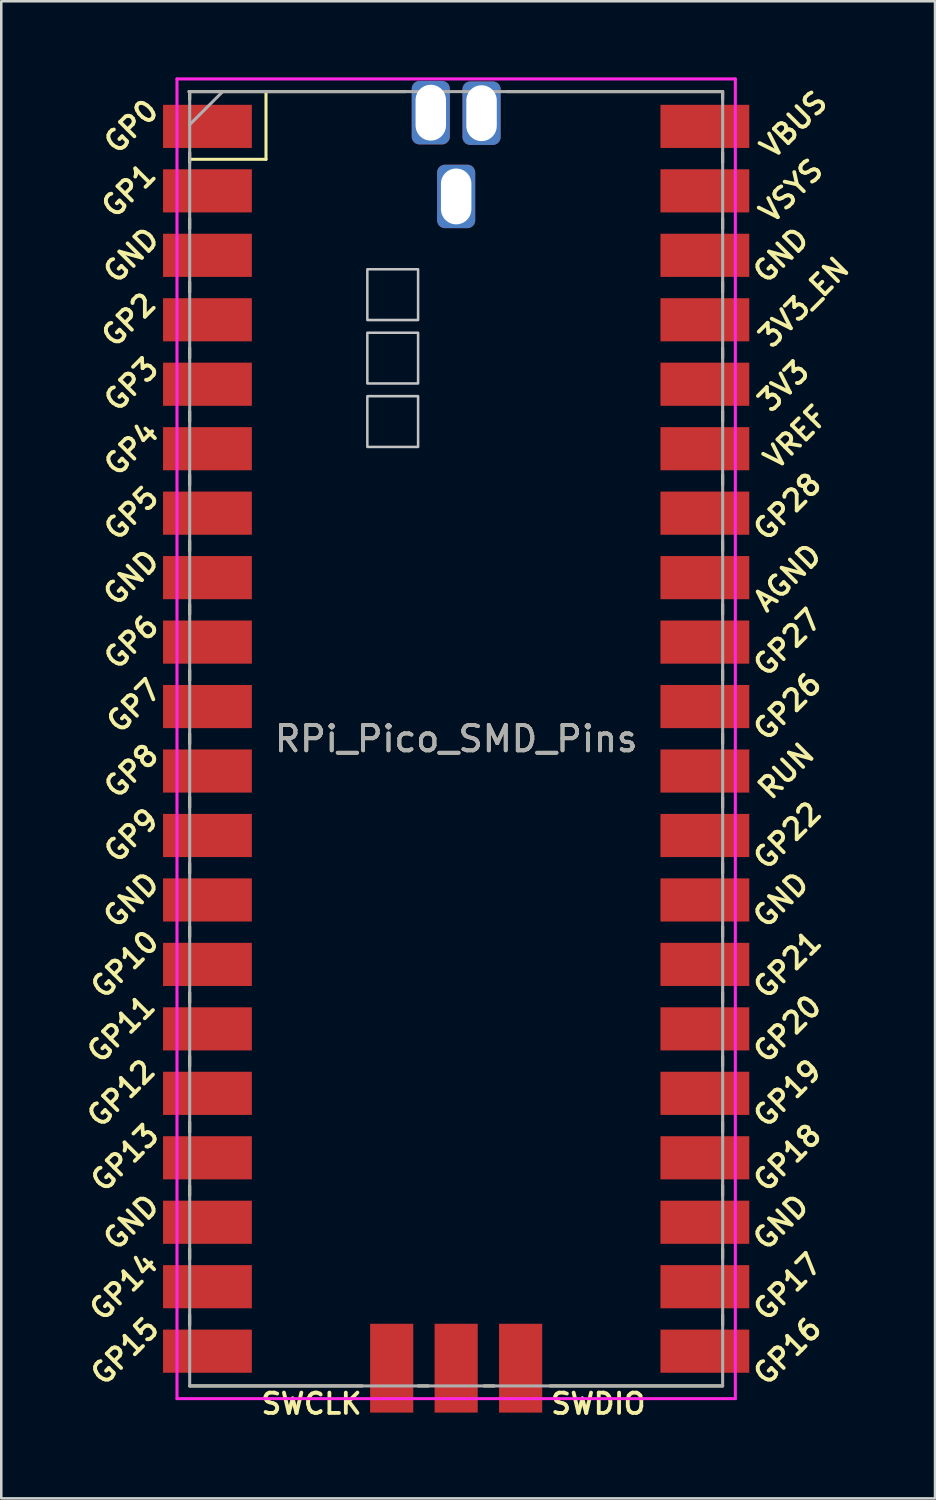
<source format=kicad_pcb>
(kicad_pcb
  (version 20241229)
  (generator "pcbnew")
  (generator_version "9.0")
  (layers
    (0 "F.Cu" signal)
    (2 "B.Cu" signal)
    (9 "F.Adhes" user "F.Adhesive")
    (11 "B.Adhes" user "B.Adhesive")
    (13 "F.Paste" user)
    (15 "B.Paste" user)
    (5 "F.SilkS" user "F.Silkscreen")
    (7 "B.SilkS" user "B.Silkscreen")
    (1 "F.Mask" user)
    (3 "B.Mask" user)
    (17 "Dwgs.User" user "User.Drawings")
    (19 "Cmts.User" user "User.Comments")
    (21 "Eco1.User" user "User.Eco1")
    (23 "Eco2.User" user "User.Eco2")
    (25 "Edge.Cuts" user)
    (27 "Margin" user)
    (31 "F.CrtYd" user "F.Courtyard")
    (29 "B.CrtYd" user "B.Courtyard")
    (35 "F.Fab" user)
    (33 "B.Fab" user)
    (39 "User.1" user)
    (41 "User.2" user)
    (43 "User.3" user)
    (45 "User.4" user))
  (footprint "RPi_Pico_SMD_Pins"
    (layer "F.Cu")
    (at 14.924 26.06)
    (property "Reference" "RPi_Pico_SMD_Pins" (at 0 0 0) (layer "F.SilkS") (effects (font (size 1 1) (thickness 0.15))))
    (attr through_hole)
    (fp_line (start -10.5 -25.5) (end -10.5 -25.2) (stroke (width 0.12) (type solid)) (layer "F.SilkS"))
    (fp_line (start -10.5 -23.1) (end -10.5 -22.7) (stroke (width 0.12) (type solid)) (layer "F.SilkS"))
    (fp_line (start -10.5 -22.833) (end -7.493 -22.833) (stroke (width 0.12) (type solid)) (layer "F.SilkS"))
    (fp_line (start -10.5 -20.5) (end -10.5 -20.1) (stroke (width 0.12) (type solid)) (layer "F.SilkS"))
    (fp_line (start -10.5 -18) (end -10.5 -17.6) (stroke (width 0.12) (type solid)) (layer "F.SilkS"))
    (fp_line (start -10.5 -15.4) (end -10.5 -15) (stroke (width 0.12) (type solid)) (layer "F.SilkS"))
    (fp_line (start -10.5 -12.9) (end -10.5 -12.5) (stroke (width 0.12) (type solid)) (layer "F.SilkS"))
    (fp_line (start -10.5 -10.4) (end -10.5 -10) (stroke (width 0.12) (type solid)) (layer "F.SilkS"))
    (fp_line (start -10.5 -7.8) (end -10.5 -7.4) (stroke (width 0.12) (type solid)) (layer "F.SilkS"))
    (fp_line (start -10.5 -5.3) (end -10.5 -4.9) (stroke (width 0.12) (type solid)) (layer "F.SilkS"))
    (fp_line (start -10.5 -2.7) (end -10.5 -2.3) (stroke (width 0.12) (type solid)) (layer "F.SilkS"))
    (fp_line (start -10.5 -0.2) (end -10.5 0.2) (stroke (width 0.12) (type solid)) (layer "F.SilkS"))
    (fp_line (start -10.5 2.3) (end -10.5 2.7) (stroke (width 0.12) (type solid)) (layer "F.SilkS"))
    (fp_line (start -10.5 4.9) (end -10.5 5.3) (stroke (width 0.12) (type solid)) (layer "F.SilkS"))
    (fp_line (start -10.5 7.4) (end -10.5 7.8) (stroke (width 0.12) (type solid)) (layer "F.SilkS"))
    (fp_line (start -10.5 10) (end -10.5 10.4) (stroke (width 0.12) (type solid)) (layer "F.SilkS"))
    (fp_line (start -10.5 12.5) (end -10.5 12.9) (stroke (width 0.12) (type solid)) (layer "F.SilkS"))
    (fp_line (start -10.5 15.1) (end -10.5 15.5) (stroke (width 0.12) (type solid)) (layer "F.SilkS"))
    (fp_line (start -10.5 17.6) (end -10.5 18) (stroke (width 0.12) (type solid)) (layer "F.SilkS"))
    (fp_line (start -10.5 20.1) (end -10.5 20.5) (stroke (width 0.12) (type solid)) (layer "F.SilkS"))
    (fp_line (start -10.5 22.7) (end -10.5 23.1) (stroke (width 0.12) (type solid)) (layer "F.SilkS"))
    (fp_line (start -7.493 -22.833) (end -7.493 -25.5) (stroke (width 0.12) (type solid)) (layer "F.SilkS"))
    (fp_line (start -3.7 25.5) (end -10.5 25.5) (stroke (width 0.12) (type solid)) (layer "F.SilkS"))
    (fp_line (start -2 -25.5) (end -10.53 -25.5) (stroke (width 0.12) (type solid)) (layer "F.SilkS"))
    (fp_line (start -1.5 25.5) (end -1.1 25.5) (stroke (width 0.12) (type solid)) (layer "F.SilkS"))
    (fp_line (start 1.1 25.5) (end 1.5 25.5) (stroke (width 0.12) (type solid)) (layer "F.SilkS"))
    (fp_line (start 10.47 -25.5) (end 2 -25.5) (stroke (width 0.12) (type solid)) (layer "F.SilkS"))
    (fp_line (start 10.5 -25.5) (end 10.5 -25.2) (stroke (width 0.12) (type solid)) (layer "F.SilkS"))
    (fp_line (start 10.5 -23.1) (end 10.5 -22.7) (stroke (width 0.12) (type solid)) (layer "F.SilkS"))
    (fp_line (start 10.5 -20.5) (end 10.5 -20.1) (stroke (width 0.12) (type solid)) (layer "F.SilkS"))
    (fp_line (start 10.5 -18) (end 10.5 -17.6) (stroke (width 0.12) (type solid)) (layer "F.SilkS"))
    (fp_line (start 10.5 -15.4) (end 10.5 -15) (stroke (width 0.12) (type solid)) (layer "F.SilkS"))
    (fp_line (start 10.5 -12.9) (end 10.5 -12.5) (stroke (width 0.12) (type solid)) (layer "F.SilkS"))
    (fp_line (start 10.5 -10.4) (end 10.5 -10) (stroke (width 0.12) (type solid)) (layer "F.SilkS"))
    (fp_line (start 10.5 -7.8) (end 10.5 -7.4) (stroke (width 0.12) (type solid)) (layer "F.SilkS"))
    (fp_line (start 10.5 -5.3) (end 10.5 -4.9) (stroke (width 0.12) (type solid)) (layer "F.SilkS"))
    (fp_line (start 10.5 -2.7) (end 10.5 -2.3) (stroke (width 0.12) (type solid)) (layer "F.SilkS"))
    (fp_line (start 10.5 -0.2) (end 10.5 0.2) (stroke (width 0.12) (type solid)) (layer "F.SilkS"))
    (fp_line (start 10.5 2.3) (end 10.5 2.7) (stroke (width 0.12) (type solid)) (layer "F.SilkS"))
    (fp_line (start 10.5 4.9) (end 10.5 5.3) (stroke (width 0.12) (type solid)) (layer "F.SilkS"))
    (fp_line (start 10.5 7.4) (end 10.5 7.8) (stroke (width 0.12) (type solid)) (layer "F.SilkS"))
    (fp_line (start 10.5 10) (end 10.5 10.4) (stroke (width 0.12) (type solid)) (layer "F.SilkS"))
    (fp_line (start 10.5 12.5) (end 10.5 12.9) (stroke (width 0.12) (type solid)) (layer "F.SilkS"))
    (fp_line (start 10.5 15.1) (end 10.5 15.5) (stroke (width 0.12) (type solid)) (layer "F.SilkS"))
    (fp_line (start 10.5 17.6) (end 10.5 18) (stroke (width 0.12) (type solid)) (layer "F.SilkS"))
    (fp_line (start 10.5 20.1) (end 10.5 20.5) (stroke (width 0.12) (type solid)) (layer "F.SilkS"))
    (fp_line (start 10.5 22.7) (end 10.5 23.1) (stroke (width 0.12) (type solid)) (layer "F.SilkS"))
    (fp_line (start 10.5 25.5) (end 3.7 25.5) (stroke (width 0.12) (type solid)) (layer "F.SilkS"))
    (fp_poly (pts (xy -1.5 -16.5) (xy -3.5 -16.5) (xy -3.5 -18.5) (xy -1.5 -18.5)) (stroke (width 0.1) (type solid)) (fill no) (layer "Dwgs.User"))
    (fp_poly (pts (xy -1.5 -14) (xy -3.5 -14) (xy -3.5 -16) (xy -1.5 -16)) (stroke (width 0.1) (type solid)) (fill no) (layer "Dwgs.User"))
    (fp_poly (pts (xy -1.5 -11.5) (xy -3.5 -11.5) (xy -3.5 -13.5) (xy -1.5 -13.5)) (stroke (width 0.1) (type solid)) (fill no) (layer "Dwgs.User"))
    (fp_line (start -11 -26) (end 11 -26) (stroke (width 0.12) (type solid)) (layer "F.CrtYd"))
    (fp_line (start -11 26) (end -11 -26) (stroke (width 0.12) (type solid)) (layer "F.CrtYd"))
    (fp_line (start 11 -26) (end 11 26) (stroke (width 0.12) (type solid)) (layer "F.CrtYd"))
    (fp_line (start 11 26) (end -11 26) (stroke (width 0.12) (type solid)) (layer "F.CrtYd"))
    (fp_line (start -10.5 -25.5) (end 10.5 -25.5) (stroke (width 0.12) (type solid)) (layer "F.Fab"))
    (fp_line (start -10.5 -24.2) (end -9.2 -25.5) (stroke (width 0.12) (type solid)) (layer "F.Fab"))
    (fp_line (start -10.5 25.5) (end -10.5 -25.5) (stroke (width 0.12) (type solid)) (layer "F.Fab"))
    (fp_line (start 10.5 -25.5) (end 10.5 25.5) (stroke (width 0.12) (type solid)) (layer "F.Fab"))
    (fp_line (start 10.5 25.5) (end -10.5 25.5) (stroke (width 0.12) (type solid)) (layer "F.Fab"))
    (fp_text user "SWDIO" (at 5.6 26.2 0) (layer "F.SilkS") (effects (font (size 0.8 0.8) (thickness 0.15))))
    (fp_text user "SWCLK" (at -5.7 26.2 0) (layer "F.SilkS") (effects (font (size 0.8 0.8) (thickness 0.15))))
    (fp_text user "GP28" (at 13.054 -9.144 45) (layer "F.SilkS") (effects (font (size 0.8 0.8) (thickness 0.15))))
    (fp_text user "3V3" (at 12.9 -13.9 45) (layer "F.SilkS") (effects (font (size 0.8 0.8) (thickness 0.15))))
    (fp_text user "GP2" (at -12.9 -16.51 45) (layer "F.SilkS") (effects (font (size 0.8 0.8) (thickness 0.15))))
    (fp_text user "GP22" (at 13.054 3.81 45) (layer "F.SilkS") (effects (font (size 0.8 0.8) (thickness 0.15))))
    (fp_text user "GP13" (at -13.054 16.51 45) (layer "F.SilkS") (effects (font (size 0.8 0.8) (thickness 0.15))))
    (fp_text user "GP9" (at -12.8 3.81 45) (layer "F.SilkS") (effects (font (size 0.8 0.8) (thickness 0.15))))
    (fp_text user "GP4" (at -12.8 -11.43 45) (layer "F.SilkS") (effects (font (size 0.8 0.8) (thickness 0.15))))
    (fp_text user "GP21" (at 13.054 8.9 45) (layer "F.SilkS") (effects (font (size 0.8 0.8) (thickness 0.15))))
    (fp_text user "RUN" (at 13 1.27 45) (layer "F.SilkS") (effects (font (size 0.8 0.8) (thickness 0.15))))
    (fp_text user "GP6" (at -12.8 -3.81 45) (layer "F.SilkS") (effects (font (size 0.8 0.8) (thickness 0.15))))
    (fp_text user "GP8" (at -12.8 1.27 45) (layer "F.SilkS") (effects (font (size 0.8 0.8) (thickness 0.15))))
    (fp_text user "GP12" (at -13.2 13.97 45) (layer "F.SilkS") (effects (font (size 0.8 0.8) (thickness 0.15))))
    (fp_text user "GP1" (at -12.9 -21.6 45) (layer "F.SilkS") (effects (font (size 0.8 0.8) (thickness 0.15))))
    (fp_text user "GP19" (at 13.054 13.97 45) (layer "F.SilkS") (effects (font (size 0.8 0.8) (thickness 0.15))))
    (fp_text user "GND" (at 12.8 6.35 45) (layer "F.SilkS") (effects (font (size 0.8 0.8) (thickness 0.15))))
    (fp_text user "GP15" (at -13.054 24.13 45) (layer "F.SilkS") (effects (font (size 0.8 0.8) (thickness 0.15))))
    (fp_text user "GP5" (at -12.8 -8.89 45) (layer "F.SilkS") (effects (font (size 0.8 0.8) (thickness 0.15))))
    (fp_text user "GP20" (at 13.054 11.43 45) (layer "F.SilkS") (effects (font (size 0.8 0.8) (thickness 0.15))))
    (fp_text user "GP26" (at 13.054 -1.27 45) (layer "F.SilkS") (effects (font (size 0.8 0.8) (thickness 0.15))))
    (fp_text user "GP14" (at -13.1 21.59 45) (layer "F.SilkS") (effects (font (size 0.8 0.8) (thickness 0.15))))
    (fp_text user "GND" (at -12.8 6.35 45) (layer "F.SilkS") (effects (font (size 0.8 0.8) (thickness 0.15))))
    (fp_text user "GP27" (at 13.054 -3.8 45) (layer "F.SilkS") (effects (font (size 0.8 0.8) (thickness 0.15))))
    (fp_text user "GP16" (at 13.054 24.13 45) (layer "F.SilkS") (effects (font (size 0.8 0.8) (thickness 0.15))))
    (fp_text user "GND" (at -12.8 -6.35 45) (layer "F.SilkS") (effects (font (size 0.8 0.8) (thickness 0.15))))
    (fp_text user "GP18" (at 13.054 16.51 45) (layer "F.SilkS") (effects (font (size 0.8 0.8) (thickness 0.15))))
    (fp_text user "GP11" (at -13.2 11.43 45) (layer "F.SilkS") (effects (font (size 0.8 0.8) (thickness 0.15))))
    (fp_text user "GP7" (at -12.7 -1.3 45) (layer "F.SilkS") (effects (font (size 0.8 0.8) (thickness 0.15))))
    (fp_text user "GND" (at 12.8 19.05 45) (layer "F.SilkS") (effects (font (size 0.8 0.8) (thickness 0.15))))
    (fp_text user "VSYS" (at 13.2 -21.59 45) (layer "F.SilkS") (effects (font (size 0.8 0.8) (thickness 0.15))))
    (fp_text user "GND" (at 12.8 -19.05 45) (layer "F.SilkS") (effects (font (size 0.8 0.8) (thickness 0.15))))
    (fp_text user "GP10" (at -13.054 8.89 45) (layer "F.SilkS") (effects (font (size 0.8 0.8) (thickness 0.15))))
    (fp_text user "GP0" (at -12.8 -24.13 45) (layer "F.SilkS") (effects (font (size 0.8 0.8) (thickness 0.15))))
    (fp_text user "AGND" (at 13.054 -6.35 45) (layer "F.SilkS") (effects (font (size 0.8 0.8) (thickness 0.15))))
    (fp_text user "3V3_EN" (at 13.7 -17.2 45) (layer "F.SilkS") (effects (font (size 0.8 0.8) (thickness 0.15))))
    (fp_text user "VBUS" (at 13.3 -24.2 45) (layer "F.SilkS") (effects (font (size 0.8 0.8) (thickness 0.15))))
    (fp_text user "GND" (at -12.8 -19.05 45) (layer "F.SilkS") (effects (font (size 0.8 0.8) (thickness 0.15))))
    (fp_text user "VREF" (at 13.375 -11.889 45) (layer "F.SilkS") (effects (font (size 0.8 0.8) (thickness 0.15))))
    (fp_text user "GP17" (at 13.054 21.59 45) (layer "F.SilkS") (effects (font (size 0.8 0.8) (thickness 0.15))))
    (fp_text user "GP3" (at -12.8 -13.97 45) (layer "F.SilkS") (effects (font (size 0.8 0.8) (thickness 0.15))))
    (fp_text user "GND" (at -12.8 19.05 45) (layer "F.SilkS") (effects (font (size 0.8 0.8) (thickness 0.15))))
    (fp_text user "${REFERENCE}" (at 0 0 180) (layer "F.Fab") (effects (font (size 1 1) (thickness 0.15))))
    (pad "1" smd rect (at -9.8 -24.13) (size 3.5 1.7) (layers "F.Cu" "F.Mask"))
    (pad "2" smd rect (at -9.8 -21.59) (size 3.5 1.7) (layers "F.Cu" "F.Mask"))
    (pad "3" smd rect (at -9.8 -19.05) (size 3.5 1.7) (layers "F.Cu" "F.Mask"))
    (pad "4" smd rect (at -9.8 -16.51) (size 3.5 1.7) (layers "F.Cu" "F.Mask"))
    (pad "5" smd rect (at -9.8 -13.97) (size 3.5 1.7) (layers "F.Cu" "F.Mask"))
    (pad "6" smd rect (at -9.8 -11.43) (size 3.5 1.7) (layers "F.Cu" "F.Mask"))
    (pad "7" smd rect (at -9.8 -8.89) (size 3.5 1.7) (layers "F.Cu" "F.Mask"))
    (pad "8" smd rect (at -9.8 -6.35) (size 3.5 1.7) (layers "F.Cu" "F.Mask"))
    (pad "9" smd rect (at -9.8 -3.81) (size 3.5 1.7) (layers "F.Cu" "F.Mask"))
    (pad "10" smd rect (at -9.8 -1.27) (size 3.5 1.7) (layers "F.Cu" "F.Mask"))
    (pad "11" smd rect (at -9.8 1.27) (size 3.5 1.7) (layers "F.Cu" "F.Mask"))
    (pad "12" smd rect (at -9.8 3.81) (size 3.5 1.7) (layers "F.Cu" "F.Mask"))
    (pad "13" smd rect (at -9.8 6.35) (size 3.5 1.7) (layers "F.Cu" "F.Mask"))
    (pad "14" smd rect (at -9.8 8.89) (size 3.5 1.7) (layers "F.Cu" "F.Mask"))
    (pad "15" smd rect (at -9.8 11.43) (size 3.5 1.7) (layers "F.Cu" "F.Mask"))
    (pad "16" smd rect (at -9.8 13.97) (size 3.5 1.7) (layers "F.Cu" "F.Mask"))
    (pad "17" smd rect (at -9.8 16.51) (size 3.5 1.7) (layers "F.Cu" "F.Mask"))
    (pad "18" smd rect (at -9.8 19.05) (size 3.5 1.7) (layers "F.Cu" "F.Mask"))
    (pad "19" smd rect (at -9.8 21.59) (size 3.5 1.7) (layers "F.Cu" "F.Mask"))
    (pad "20" smd rect (at -9.8 24.13) (size 3.5 1.7) (layers "F.Cu" "F.Mask"))
    (pad "21" smd rect (at 9.8 24.13) (size 3.5 1.7) (layers "F.Cu" "F.Mask"))
    (pad "22" smd rect (at 9.8 21.59) (size 3.5 1.7) (layers "F.Cu" "F.Mask"))
    (pad "23" smd rect (at 9.8 19.05) (size 3.5 1.7) (layers "F.Cu" "F.Mask"))
    (pad "24" smd rect (at 9.8 16.51) (size 3.5 1.7) (layers "F.Cu" "F.Mask"))
    (pad "25" smd rect (at 9.8 13.97) (size 3.5 1.7) (layers "F.Cu" "F.Mask"))
    (pad "26" smd rect (at 9.8 11.43) (size 3.5 1.7) (layers "F.Cu" "F.Mask"))
    (pad "27" smd rect (at 9.8 8.89) (size 3.5 1.7) (layers "F.Cu" "F.Mask"))
    (pad "28" smd rect (at 9.8 6.35) (size 3.5 1.7) (layers "F.Cu" "F.Mask"))
    (pad "29" smd rect (at 9.8 3.81) (size 3.5 1.7) (layers "F.Cu" "F.Mask"))
    (pad "30" smd rect (at 9.8 1.27) (size 3.5 1.7) (layers "F.Cu" "F.Mask"))
    (pad "31" smd rect (at 9.8 -1.27) (size 3.5 1.7) (layers "F.Cu" "F.Mask"))
    (pad "32" smd rect (at 9.8 -3.81) (size 3.5 1.7) (layers "F.Cu" "F.Mask"))
    (pad "33" smd rect (at 9.8 -6.35) (size 3.5 1.7) (layers "F.Cu" "F.Mask"))
    (pad "34" smd rect (at 9.8 -8.89) (size 3.5 1.7) (layers "F.Cu" "F.Mask"))
    (pad "35" smd rect (at 9.8 -11.43) (size 3.5 1.7) (layers "F.Cu" "F.Mask"))
    (pad "36" smd rect (at 9.8 -13.97) (size 3.5 1.7) (layers "F.Cu" "F.Mask"))
    (pad "37" smd rect (at 9.8 -16.51) (size 3.5 1.7) (layers "F.Cu" "F.Mask"))
    (pad "38" smd rect (at 9.8 -19.05) (size 3.5 1.7) (layers "F.Cu" "F.Mask"))
    (pad "39" smd rect (at 9.8 -21.59) (size 3.5 1.7) (layers "F.Cu" "F.Mask"))
    (pad "40" smd rect (at 9.8 -24.13) (size 3.5 1.7) (layers "F.Cu" "F.Mask"))
    (pad "41" smd rect (at -2.54 24.8 90) (size 3.5 1.7) (layers "F.Cu" "F.Mask"))
    (pad "42" smd rect (at 0 24.8 90) (size 3.5 1.7) (layers "F.Cu" "F.Mask"))
    (pad "43" smd rect (at 2.54 24.8 90) (size 3.5 1.7) (layers "F.Cu" "F.Mask"))
    (pad "TP1" thru_hole roundrect (at 0 -21.37) (size 1.5 2.5) (drill oval 1.2 2.2) (layers "*.Cu" "*.Mask") (roundrect_rratio 0.2))
    (pad "TP2" thru_hole roundrect (at 1 -24.65) (size 1.5 2.5) (drill oval 1.2 2.2) (layers "*.Cu" "*.Mask") (roundrect_rratio 0.2))
    (pad "TP3" thru_hole roundrect (at -1 -24.67) (size 1.5 2.5) (drill oval 1.2 2.2) (layers "*.Cu" "*.Mask") (roundrect_rratio 0.2)))
  (gr_rect
    (start -3 -3)
    (end 33.793 55.991)
    (stroke (width 0.1) (type default))
    (fill no)
    (layer "Edge.Cuts")))
</source>
